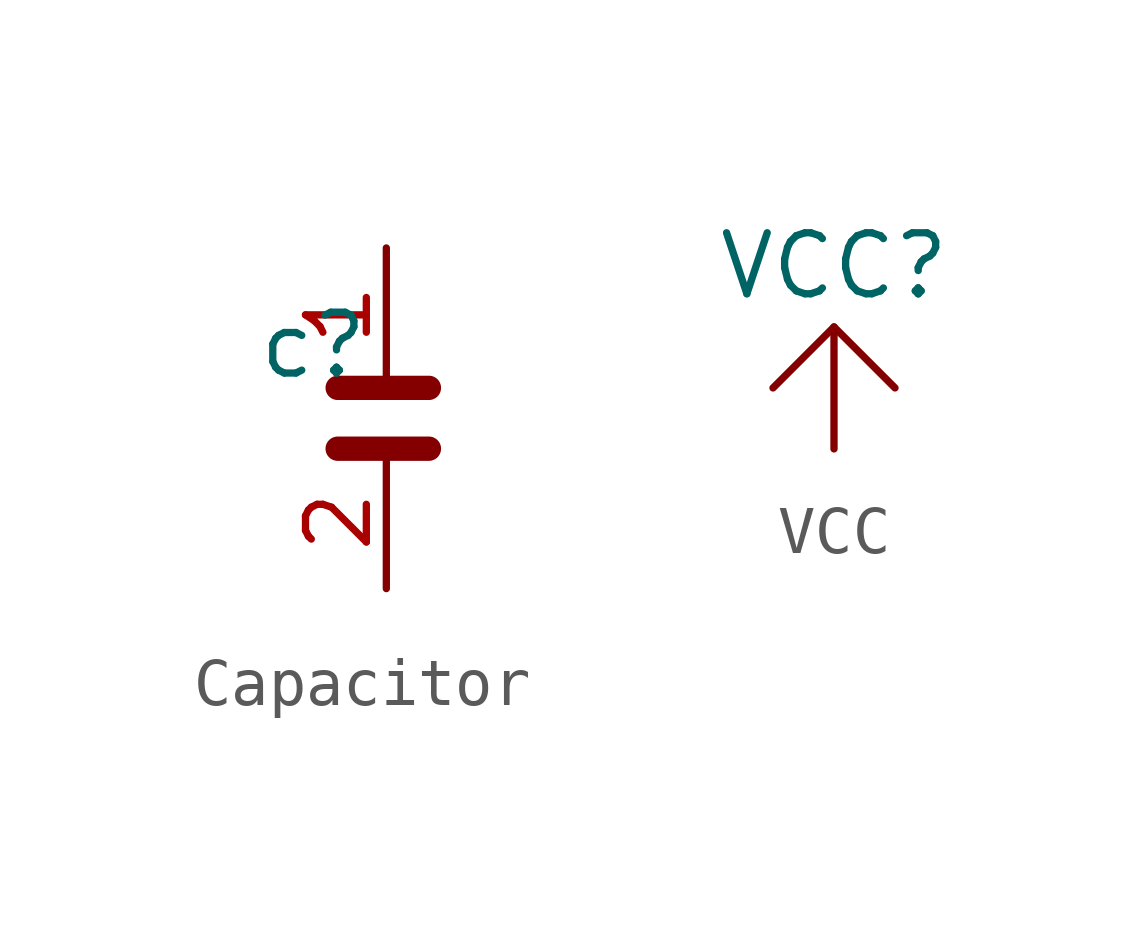
<source format=kicad_sym>
(kicad_symbol_lib
  (version 20241209)
  (generator "kicad_symbol_editor")
  (generator_version "9.0")
  (symbol "Capacitor"
    (property "Reference" "c"
      (at -1.524 1.524 0)
      (effects (font (size 1.27 1.27))))
    (property "Value" ""
      (at 0 0 0)
      (effects (font (size 1.27 1.27))))
    (symbol "Capacitor_1_1"
      (polyline (pts (xy -1.016 -0.635) (xy 0.889 -0.635)) (stroke (width 0.508) (type solid)) (fill (type none)))
      (polyline (pts (xy 0.889 0.635) (xy -1.016 0.635)) (stroke (width 0.508) (type solid)) (fill (type none)))
      (pin passive line (at 0 3.556 270) (length 2.794) (name "" (effects (font (size 1.27 1.27)))) (number "1" (effects (font (size 1.27 1.27)))))
      (pin passive line (at 0 -3.556 90) (length 2.794) (name "" (effects (font (size 1.27 1.27)))) (number "2" (effects (font (size 1.27 1.27)))))))
  (symbol "VCC"
    (power)
    (property "Reference" "VCC"
      (at 0 0 0)
      (effects (font (size 1.27 1.27))))
    (property "Value" ""
      (at 0 0 0)
      (effects (font (size 1.27 1.27))))
    (symbol "VCC_0_1"
      (polyline (pts (xy 1.27 -2.54) (xy 0 -1.27) (xy -1.27 -2.54)) (stroke (width 0) (type default)) (fill (type none))))
    (symbol "VCC_1_1"
      (pin power_out line (at 0 -3.81 90) (length 2.54) (name "" (effects (font (size 1.27 1.27)))) (number "" (effects (font (size 1.27 1.27))))))))
</source>
